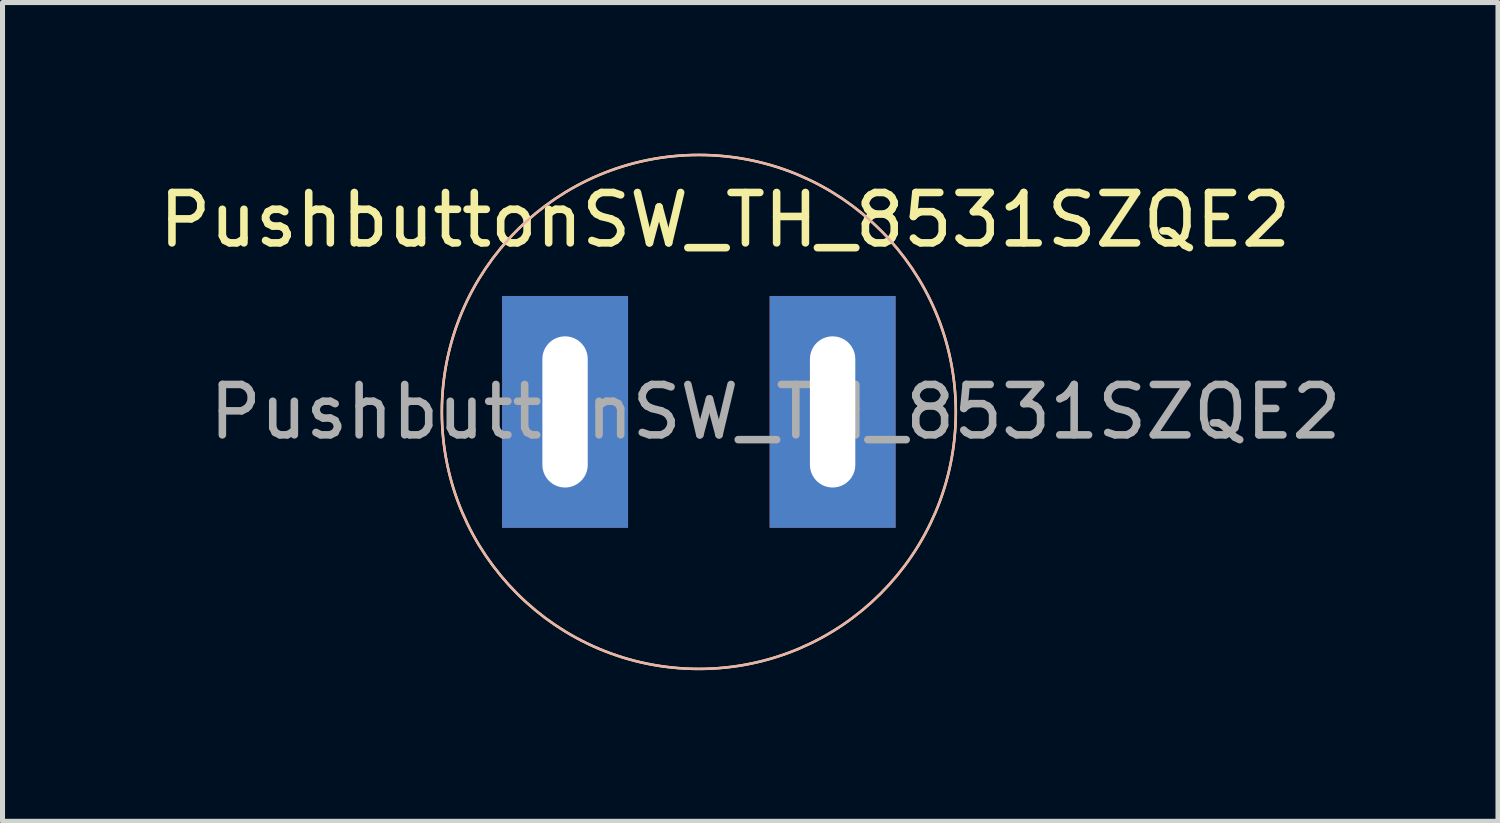
<source format=kicad_pcb>
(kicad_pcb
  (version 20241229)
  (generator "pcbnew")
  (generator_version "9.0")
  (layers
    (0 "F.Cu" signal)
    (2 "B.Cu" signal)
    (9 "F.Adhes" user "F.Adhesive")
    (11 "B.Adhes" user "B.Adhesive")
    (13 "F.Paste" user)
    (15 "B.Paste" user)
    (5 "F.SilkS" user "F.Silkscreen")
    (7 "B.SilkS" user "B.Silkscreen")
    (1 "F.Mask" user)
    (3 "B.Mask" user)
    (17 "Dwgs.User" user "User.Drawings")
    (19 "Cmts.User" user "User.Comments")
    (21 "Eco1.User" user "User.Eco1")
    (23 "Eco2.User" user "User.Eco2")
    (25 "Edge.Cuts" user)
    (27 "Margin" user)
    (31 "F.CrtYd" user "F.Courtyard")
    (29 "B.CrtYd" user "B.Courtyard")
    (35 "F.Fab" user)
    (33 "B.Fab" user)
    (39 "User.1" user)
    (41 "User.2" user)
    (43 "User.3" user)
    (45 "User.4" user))
  (footprint "PushbuttonSW_TH_8531SZQE2"
    (layer "F.Cu")
    (at 8.164 5.125)
    (property "Reference" "PushbuttonSW_TH_8531SZQE2" (at 3.175 -3.81 0) (layer "F.SilkS") (effects (font (size 1 1) (thickness 0.15))))
    (attr exclude_from_pos_files exclude_from_bom)
    (fp_circle (center 2.655 0) (end 7.755 0) (stroke (width 0.05) (type solid)) (fill no) (layer "F.SilkS"))
    (fp_circle (center 2.655 0) (end 7.755 0) (stroke (width 0.05) (type solid)) (fill no) (layer "B.SilkS"))
    (fp_text user "${REFERENCE}" (at 4.175 0 0) (layer "F.Fab") (effects (font (size 1 1) (thickness 0.15))))
    (pad "1" thru_hole rect (at 0 0) (size 2.5 4.6) (drill oval 0.9 3) (layers "*.Cu" "*.Mask"))
    (pad "2" thru_hole rect (at 5.31 0) (size 2.5 4.6) (drill oval 0.9 3) (layers "*.Cu" "*.Mask")))
  (gr_rect
    (start -3 -3)
    (end 26.679 13.25)
    (stroke (width 0.1) (type default))
    (fill no)
    (layer "Edge.Cuts")))
</source>
